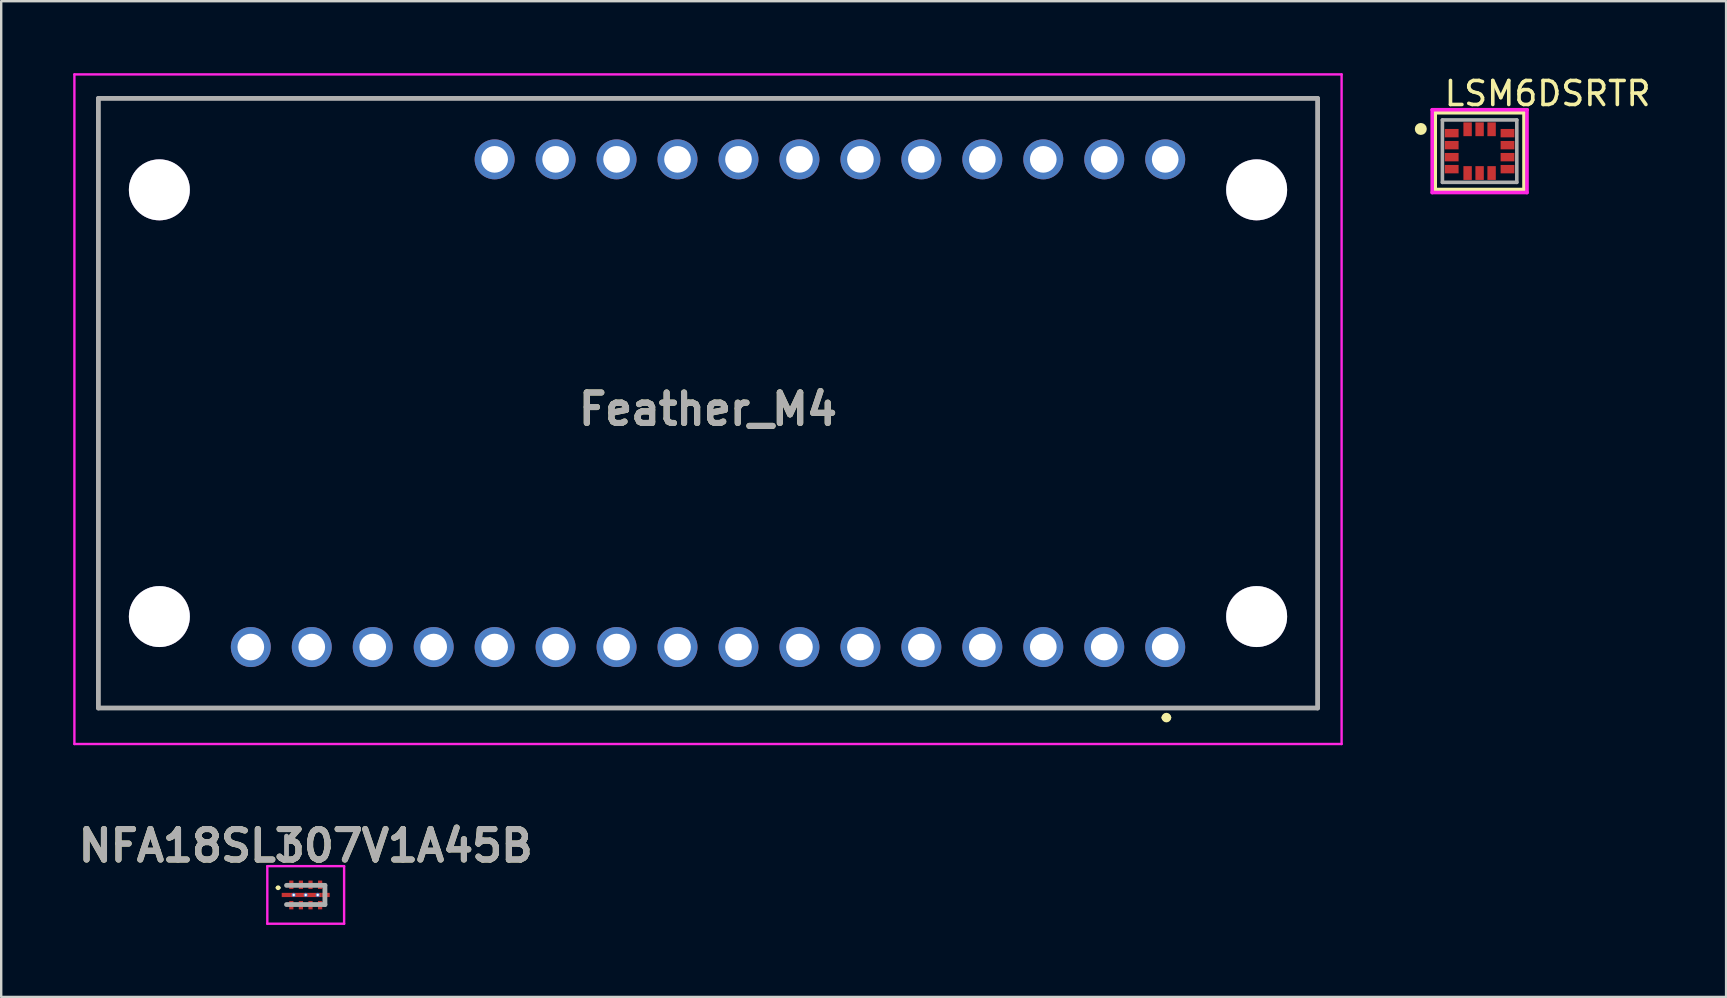
<source format=kicad_pcb>
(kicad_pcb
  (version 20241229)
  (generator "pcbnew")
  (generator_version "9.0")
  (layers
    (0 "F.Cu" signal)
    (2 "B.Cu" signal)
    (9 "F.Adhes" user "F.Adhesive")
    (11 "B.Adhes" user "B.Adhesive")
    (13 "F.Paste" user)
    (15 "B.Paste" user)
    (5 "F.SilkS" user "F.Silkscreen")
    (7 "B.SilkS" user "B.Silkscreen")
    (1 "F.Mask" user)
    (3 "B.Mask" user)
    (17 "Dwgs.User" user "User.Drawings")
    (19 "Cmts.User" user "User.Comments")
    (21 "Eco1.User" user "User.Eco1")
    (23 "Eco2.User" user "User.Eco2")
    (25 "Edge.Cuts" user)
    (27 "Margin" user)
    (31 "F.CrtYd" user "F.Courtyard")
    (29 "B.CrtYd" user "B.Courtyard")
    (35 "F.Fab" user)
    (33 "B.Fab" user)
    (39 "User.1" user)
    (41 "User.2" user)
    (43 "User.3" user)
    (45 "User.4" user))
  (footprint "Feather_M4"
    (layer "F.Cu")
    (at 26.45 14)
    (property "Reference" "Feather_M4" (at 0 0 0) (layer "F.SilkS") (effects (font (size 1.27 1.27) (thickness 0.254))))
    (attr through_hole)
    (fp_line (start -25.4 -12.95) (end 25.4 -12.95) (stroke (width 0.1) (type solid)) (layer "F.SilkS"))
    (fp_line (start -25.4 12.45) (end -25.4 -12.95) (stroke (width 0.1) (type solid)) (layer "F.SilkS"))
    (fp_line (start 19 12.85) (end 19 12.85) (stroke (width 0.2) (type solid)) (layer "F.SilkS"))
    (fp_line (start 19.2 12.85) (end 19.2 12.85) (stroke (width 0.2) (type solid)) (layer "F.SilkS"))
    (fp_line (start 25.4 -12.95) (end 25.4 12.45) (stroke (width 0.1) (type solid)) (layer "F.SilkS"))
    (fp_line (start 25.4 12.45) (end -25.4 12.45) (stroke (width 0.1) (type solid)) (layer "F.SilkS"))
    (fp_arc (start 19 12.85) (mid 19.1 12.75) (end 19.2 12.85) (stroke (width 0.2) (type solid)) (layer "F.SilkS"))
    (fp_arc (start 19.2 12.85) (mid 19.1 12.95) (end 19 12.85) (stroke (width 0.2) (type solid)) (layer "F.SilkS"))
    (fp_line (start -26.4 -13.95) (end 26.4 -13.95) (stroke (width 0.1) (type solid)) (layer "F.CrtYd"))
    (fp_line (start -26.4 13.95) (end -26.4 -13.95) (stroke (width 0.1) (type solid)) (layer "F.CrtYd"))
    (fp_line (start 26.4 -13.95) (end 26.4 13.95) (stroke (width 0.1) (type solid)) (layer "F.CrtYd"))
    (fp_line (start 26.4 13.95) (end -26.4 13.95) (stroke (width 0.1) (type solid)) (layer "F.CrtYd"))
    (fp_line (start -25.4 -12.95) (end 25.4 -12.95) (stroke (width 0.2) (type solid)) (layer "F.Fab"))
    (fp_line (start -25.4 12.45) (end -25.4 -12.95) (stroke (width 0.2) (type solid)) (layer "F.Fab"))
    (fp_line (start 25.4 -12.95) (end 25.4 12.45) (stroke (width 0.2) (type solid)) (layer "F.Fab"))
    (fp_line (start 25.4 12.45) (end -25.4 12.45) (stroke (width 0.2) (type solid)) (layer "F.Fab"))
    (fp_text user "${REFERENCE}" (at 0 0 0) (layer "F.Fab") (effects (font (size 1.27 1.27) (thickness 0.254))))
    (pad "1" thru_hole circle (at 19.05 9.91) (size 1.665 1.665) (drill 1.11) (layers "*.Cu" "*.Mask"))
    (pad "2" thru_hole circle (at 16.51 9.91) (size 1.665 1.665) (drill 1.11) (layers "*.Cu" "*.Mask"))
    (pad "3" thru_hole circle (at 13.97 9.91) (size 1.665 1.665) (drill 1.11) (layers "*.Cu" "*.Mask"))
    (pad "4" thru_hole circle (at 11.43 9.91) (size 1.665 1.665) (drill 1.11) (layers "*.Cu" "*.Mask"))
    (pad "5" thru_hole circle (at 8.89 9.91) (size 1.665 1.665) (drill 1.11) (layers "*.Cu" "*.Mask"))
    (pad "6" thru_hole circle (at 6.35 9.91) (size 1.665 1.665) (drill 1.11) (layers "*.Cu" "*.Mask"))
    (pad "7" thru_hole circle (at 3.81 9.91) (size 1.665 1.665) (drill 1.11) (layers "*.Cu" "*.Mask"))
    (pad "8" thru_hole circle (at 1.27 9.91) (size 1.665 1.665) (drill 1.11) (layers "*.Cu" "*.Mask"))
    (pad "9" thru_hole circle (at -1.27 9.91) (size 1.665 1.665) (drill 1.11) (layers "*.Cu" "*.Mask"))
    (pad "10" thru_hole circle (at -3.81 9.91) (size 1.665 1.665) (drill 1.11) (layers "*.Cu" "*.Mask"))
    (pad "11" thru_hole circle (at -6.35 9.91) (size 1.665 1.665) (drill 1.11) (layers "*.Cu" "*.Mask"))
    (pad "12" thru_hole circle (at -8.89 9.91) (size 1.665 1.665) (drill 1.11) (layers "*.Cu" "*.Mask"))
    (pad "13" thru_hole circle (at -11.43 9.91) (size 1.665 1.665) (drill 1.11) (layers "*.Cu" "*.Mask"))
    (pad "14" thru_hole circle (at -13.97 9.91) (size 1.665 1.665) (drill 1.11) (layers "*.Cu" "*.Mask"))
    (pad "15" thru_hole circle (at -16.51 9.91) (size 1.665 1.665) (drill 1.11) (layers "*.Cu" "*.Mask"))
    (pad "16" thru_hole circle (at -19.05 9.91) (size 1.665 1.665) (drill 1.11) (layers "*.Cu" "*.Mask"))
    (pad "17" thru_hole circle (at -8.89 -10.41) (size 1.665 1.665) (drill 1.11) (layers "*.Cu" "*.Mask"))
    (pad "18" thru_hole circle (at -6.35 -10.41) (size 1.665 1.665) (drill 1.11) (layers "*.Cu" "*.Mask"))
    (pad "19" thru_hole circle (at -3.81 -10.41) (size 1.665 1.665) (drill 1.11) (layers "*.Cu" "*.Mask"))
    (pad "20" thru_hole circle (at -1.27 -10.41) (size 1.665 1.665) (drill 1.11) (layers "*.Cu" "*.Mask"))
    (pad "21" thru_hole circle (at 1.27 -10.41) (size 1.665 1.665) (drill 1.11) (layers "*.Cu" "*.Mask"))
    (pad "22" thru_hole circle (at 3.81 -10.41) (size 1.665 1.665) (drill 1.11) (layers "*.Cu" "*.Mask"))
    (pad "23" thru_hole circle (at 6.35 -10.41) (size 1.665 1.665) (drill 1.11) (layers "*.Cu" "*.Mask"))
    (pad "24" thru_hole circle (at 8.89 -10.41) (size 1.665 1.665) (drill 1.11) (layers "*.Cu" "*.Mask"))
    (pad "25" thru_hole circle (at 11.43 -10.41) (size 1.665 1.665) (drill 1.11) (layers "*.Cu" "*.Mask"))
    (pad "26" thru_hole circle (at 13.97 -10.41) (size 1.665 1.665) (drill 1.11) (layers "*.Cu" "*.Mask"))
    (pad "27" thru_hole circle (at 16.51 -10.41) (size 1.665 1.665) (drill 1.11) (layers "*.Cu" "*.Mask"))
    (pad "28" thru_hole circle (at 19.05 -10.41) (size 1.665 1.665) (drill 1.11) (layers "*.Cu" "*.Mask"))
    (pad "MH1" thru_hole circle (at -22.86 -9.14) (size 2.54 2.54) (drill 2.54) (layers "*.Cu" "*.Mask"))
    (pad "MH2" thru_hole circle (at -22.86 8.64) (size 2.54 2.54) (drill 2.54) (layers "*.Cu" "*.Mask"))
    (pad "MH3" thru_hole circle (at 22.86 -9.14) (size 2.54 2.54) (drill 2.54) (layers "*.Cu" "*.Mask"))
    (pad "MH4" thru_hole circle (at 22.86 8.64) (size 2.54 2.54) (drill 2.54) (layers "*.Cu" "*.Mask")))
  (footprint "NFA18SL307V1A45B"
    (layer "F.Cu")
    (at 9.688 34.24)
    (property "Reference" "NFA18SL307V1A45B" (at 0 -2.051 0) (layer "F.SilkS") (effects (font (size 1.27 1.27) (thickness 0.254))))
    (attr through_hole)
    (fp_line (start -1.2 -0.3) (end -1.2 -0.3) (stroke (width 0.1) (type solid)) (layer "F.SilkS"))
    (fp_line (start -1.1 -0.3) (end -1.1 -0.3) (stroke (width 0.1) (type solid)) (layer "F.SilkS"))
    (fp_arc (start -1.2 -0.3) (mid -1.15 -0.35) (end -1.1 -0.3) (stroke (width 0.1) (type solid)) (layer "F.SilkS"))
    (fp_arc (start -1.1 -0.3) (mid -1.15 -0.25) (end -1.2 -0.3) (stroke (width 0.1) (type solid)) (layer "F.SilkS"))
    (fp_line (start -1.6 -1.2) (end 1.6 -1.2) (stroke (width 0.1) (type solid)) (layer "F.CrtYd"))
    (fp_line (start -1.6 1.2) (end -1.6 -1.2) (stroke (width 0.1) (type solid)) (layer "F.CrtYd"))
    (fp_line (start 1.6 -1.2) (end 1.6 1.2) (stroke (width 0.1) (type solid)) (layer "F.CrtYd"))
    (fp_line (start 1.6 1.2) (end -1.6 1.2) (stroke (width 0.1) (type solid)) (layer "F.CrtYd"))
    (fp_line (start -0.8 -1.651) (end -0.8 -2.451) (stroke (width 0.2) (type solid)) (layer "F.Fab"))
    (fp_line (start -0.8 -0.4) (end 0.8 -0.4) (stroke (width 0.2) (type solid)) (layer "F.Fab"))
    (fp_line (start 0.8 -0.4) (end 0.8 0.4) (stroke (width 0.2) (type solid)) (layer "F.Fab"))
    (fp_line (start 0.8 0.4) (end -0.8 0.4) (stroke (width 0.2) (type solid)) (layer "F.Fab"))
    (fp_text user "${REFERENCE}" (at 0 -2.051 0) (layer "F.Fab") (effects (font (size 1.27 1.27) (thickness 0.254))))
    (pad "1" smd rect (at -0.825 0 90) (size 0.175 0.35) (layers "F.Cu" "F.Mask" "F.Paste"))
    (pad "1" thru_hole circle (at -0.5 0) (size 0.175 0.175) (drill 0.1) (layers "*.Cu" "*.Mask"))
    (pad "1" thru_hole circle (at 0 0) (size 0.175 0.175) (drill 0.1) (layers "*.Cu" "*.Mask"))
    (pad "1" smd rect (at 0 0 90) (size 0.175 1.3) (layers "F.Cu" "F.Mask" "F.Paste"))
    (pad "1" thru_hole circle (at 0.5 0) (size 0.175 0.175) (drill 0.1) (layers "*.Cu" "*.Mask"))
    (pad "2" smd rect (at 0.825 0 90) (size 0.175 0.35) (layers "F.Cu" "F.Mask" "F.Paste"))
    (pad "3" smd rect (at -0.6 -0.425) (size 0.175 0.35) (layers "F.Cu" "F.Mask" "F.Paste"))
    (pad "4" smd rect (at -0.2 -0.425) (size 0.175 0.35) (layers "F.Cu" "F.Mask" "F.Paste"))
    (pad "5" smd rect (at 0.2 -0.425) (size 0.175 0.35) (layers "F.Cu" "F.Mask" "F.Paste"))
    (pad "6" smd rect (at 0.6 -0.425) (size 0.175 0.35) (layers "F.Cu" "F.Mask" "F.Paste"))
    (pad "7" smd rect (at -0.6 0.425) (size 0.175 0.35) (layers "F.Cu" "F.Mask" "F.Paste"))
    (pad "8" smd rect (at -0.2 0.425) (size 0.175 0.35) (layers "F.Cu" "F.Mask" "F.Paste"))
    (pad "9" smd rect (at 0.2 0.425) (size 0.175 0.35) (layers "F.Cu" "F.Mask" "F.Paste"))
    (pad "10" smd rect (at 0.6 0.425) (size 0.175 0.35) (layers "F.Cu" "F.Mask" "F.Paste")))
  (footprint "LSM6DSRTR"
    (layer "F.Cu")
    (at 58.6 3.248)
    (property "Reference" "LSM6DSRTR" (at -1.55 -2.4 0) (layer "F.SilkS") (effects (font (size 1 1) (thickness 0.15)) (justify left)))
    (attr through_hole)
    (fp_line (start -1.85 -1.6) (end 1.85 -1.6) (stroke (width 0.15) (type solid)) (layer "F.SilkS"))
    (fp_line (start -1.85 1.6) (end -1.85 -1.6) (stroke (width 0.15) (type solid)) (layer "F.SilkS"))
    (fp_line (start 1.85 -1.6) (end 1.85 1.6) (stroke (width 0.15) (type solid)) (layer "F.SilkS"))
    (fp_line (start 1.85 1.6) (end -1.85 1.6) (stroke (width 0.15) (type solid)) (layer "F.SilkS"))
    (fp_circle (center -2.45 -0.925) (end -2.325 -0.925) (stroke (width 0.25) (type solid)) (fill no) (layer "F.SilkS"))
    (fp_line (start -1.975 -1.725) (end -1.975 1.725) (stroke (width 0.15) (type solid)) (layer "F.CrtYd"))
    (fp_line (start -1.975 1.725) (end 1.975 1.725) (stroke (width 0.15) (type solid)) (layer "F.CrtYd"))
    (fp_line (start 1.975 -1.725) (end -1.975 -1.725) (stroke (width 0.15) (type solid)) (layer "F.CrtYd"))
    (fp_line (start 1.975 -1.725) (end 1.975 -1.725) (stroke (width 0.15) (type solid)) (layer "F.CrtYd"))
    (fp_line (start 1.975 1.725) (end 1.975 -1.725) (stroke (width 0.15) (type solid)) (layer "F.CrtYd"))
    (fp_line (start -1.55 -1.3) (end 1.55 -1.3) (stroke (width 0.15) (type solid)) (layer "F.Fab"))
    (fp_line (start -1.55 1.3) (end -1.55 -1.3) (stroke (width 0.15) (type solid)) (layer "F.Fab"))
    (fp_line (start 1.55 -1.3) (end 1.55 1.3) (stroke (width 0.15) (type solid)) (layer "F.Fab"))
    (fp_line (start 1.55 1.3) (end -1.55 1.3) (stroke (width 0.15) (type solid)) (layer "F.Fab"))
    (pad "" smd rect (at -1.163 -0.75) (size 0.529 0.304) (layers "F.Paste"))
    (pad "" smd rect (at -1.163 -0.25) (size 0.529 0.304) (layers "F.Paste"))
    (pad "" smd rect (at -1.163 0.25) (size 0.529 0.304) (layers "F.Paste"))
    (pad "" smd rect (at -1.163 0.75) (size 0.529 0.304) (layers "F.Paste"))
    (pad "" smd rect (at -0.5 -0.912) (size 0.304 0.529) (layers "F.Paste"))
    (pad "" smd rect (at -0.5 0.912) (size 0.304 0.529) (layers "F.Paste"))
    (pad "" smd rect (at 0 -0.912) (size 0.304 0.529) (layers "F.Paste"))
    (pad "" smd rect (at 0 0.912) (size 0.304 0.529) (layers "F.Paste"))
    (pad "" smd rect (at 0.5 -0.912) (size 0.304 0.529) (layers "F.Paste"))
    (pad "" smd rect (at 0.5 0.912) (size 0.304 0.529) (layers "F.Paste"))
    (pad "" smd rect (at 1.163 -0.75) (size 0.529 0.304) (layers "F.Paste"))
    (pad "" smd rect (at 1.163 -0.25) (size 0.529 0.304) (layers "F.Paste"))
    (pad "" smd rect (at 1.163 0.25) (size 0.529 0.304) (layers "F.Paste"))
    (pad "" smd rect (at 1.163 0.75) (size 0.529 0.304) (layers "F.Paste"))
    (pad "1" smd rect (at -1.163 -0.75) (size 0.575 0.35) (layers "F.Cu" "F.Mask"))
    (pad "2" smd rect (at -1.163 -0.25) (size 0.575 0.35) (layers "F.Cu" "F.Mask"))
    (pad "3" smd rect (at -1.163 0.25) (size 0.575 0.35) (layers "F.Cu" "F.Mask"))
    (pad "4" smd rect (at -1.163 0.75) (size 0.575 0.35) (layers "F.Cu" "F.Mask"))
    (pad "5" smd rect (at -0.5 0.912) (size 0.35 0.575) (layers "F.Cu" "F.Mask"))
    (pad "6" smd rect (at 0 0.912) (size 0.35 0.575) (layers "F.Cu" "F.Mask"))
    (pad "7" smd rect (at 0.5 0.912) (size 0.35 0.575) (layers "F.Cu" "F.Mask"))
    (pad "8" smd rect (at 1.163 0.75) (size 0.575 0.35) (layers "F.Cu" "F.Mask"))
    (pad "9" smd rect (at 1.163 0.25) (size 0.575 0.35) (layers "F.Cu" "F.Mask"))
    (pad "10" smd rect (at 1.163 -0.25) (size 0.575 0.35) (layers "F.Cu" "F.Mask"))
    (pad "11" smd rect (at 1.163 -0.75) (size 0.575 0.35) (layers "F.Cu" "F.Mask"))
    (pad "12" smd rect (at 0.5 -0.912) (size 0.35 0.575) (layers "F.Cu" "F.Mask"))
    (pad "13" smd rect (at 0 -0.912) (size 0.35 0.575) (layers "F.Cu" "F.Mask"))
    (pad "14" smd rect (at -0.5 -0.912) (size 0.35 0.575) (layers "F.Cu" "F.Mask")))
  (gr_rect
    (start -3 -3)
    (end 68.871 38.49)
    (stroke (width 0.1) (type default))
    (fill no)
    (layer "Edge.Cuts")))
</source>
